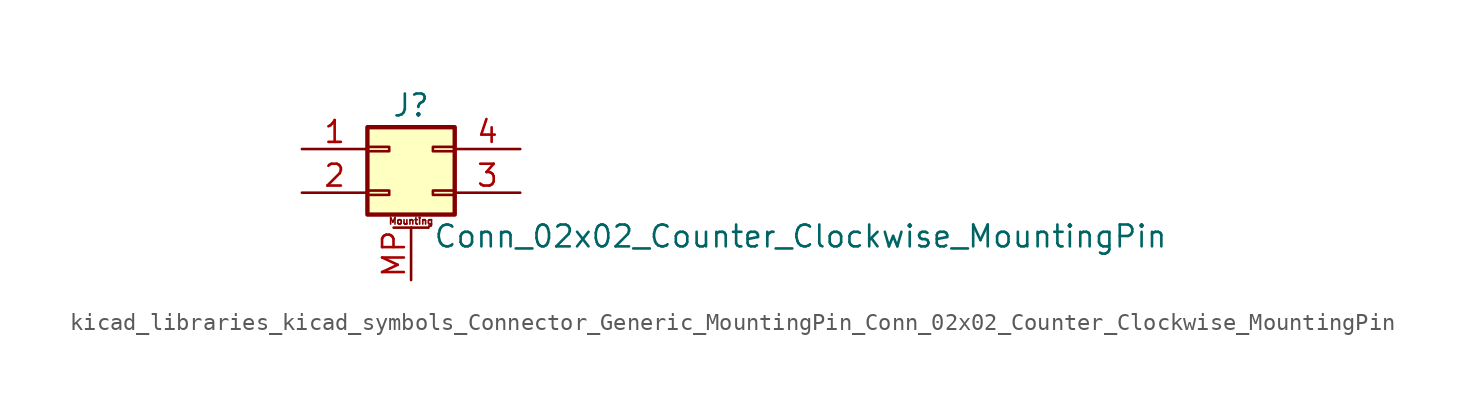
<source format=kicad_sym>
(kicad_symbol_lib
  (version 20220914)
  (generator kicad_symbol_editor)
  (symbol "kicad_libraries_kicad_symbols_Connector_Generic_MountingPin_Conn_02x02_Counter_Clockwise_MountingPin"
    (pin_names
      (offset 1.016) hide)
    (property "Reference" "J"
      (at 1.27 2.54 0)
      (effects (font (size 1.27 1.27))))
    (property "Value" "Conn_02x02_Counter_Clockwise_MountingPin"
      (at 2.54 -5.08 0)
      (effects (font (size 1.27 1.27)) (justify left)))
    (symbol "kicad_libraries_kicad_symbols_Connector_Generic_MountingPin_Conn_02x02_Counter_Clockwise_MountingPin_1_1"
      (rectangle (start -1.27 -2.413) (end 0 -2.667) (stroke (width 0.152) (type default)) (fill (type none)))
      (rectangle (start -1.27 0.127) (end 0 -0.127) (stroke (width 0.152) (type default)) (fill (type none)))
      (rectangle (start -1.27 1.27) (end 3.81 -3.81) (stroke (width 0.254) (type default)) (fill (type background)))
      (polyline (pts (xy 0.254 -4.572) (xy 2.286 -4.572)) (stroke (width 0.152) (type default)) (fill (type none)))
      (rectangle (start 3.81 -2.413) (end 2.54 -2.667) (stroke (width 0.152) (type default)) (fill (type none)))
      (rectangle (start 3.81 0.127) (end 2.54 -0.127) (stroke (width 0.152) (type default)) (fill (type none)))
      (text "Mounting" (at 1.27 -4.191 0) (effects (font (size 0.381 0.381))))
      (pin passive line (at -5.08 0 0) (length 3.81) (name "Pin_1" (effects (font (size 1.27 1.27)))) (number "1" (effects (font (size 1.27 1.27)))))
      (pin passive line (at -5.08 -2.54 0) (length 3.81) (name "Pin_2" (effects (font (size 1.27 1.27)))) (number "2" (effects (font (size 1.27 1.27)))))
      (pin passive line (at 7.62 -2.54 180) (length 3.81) (name "Pin_3" (effects (font (size 1.27 1.27)))) (number "3" (effects (font (size 1.27 1.27)))))
      (pin passive line (at 7.62 0 180) (length 3.81) (name "Pin_4" (effects (font (size 1.27 1.27)))) (number "4" (effects (font (size 1.27 1.27)))))
      (pin passive line (at 1.27 -7.62 90) (length 3.048) (name "MountPin" (effects (font (size 1.27 1.27)))) (number "MP" (effects (font (size 1.27 1.27))))))))
</source>
